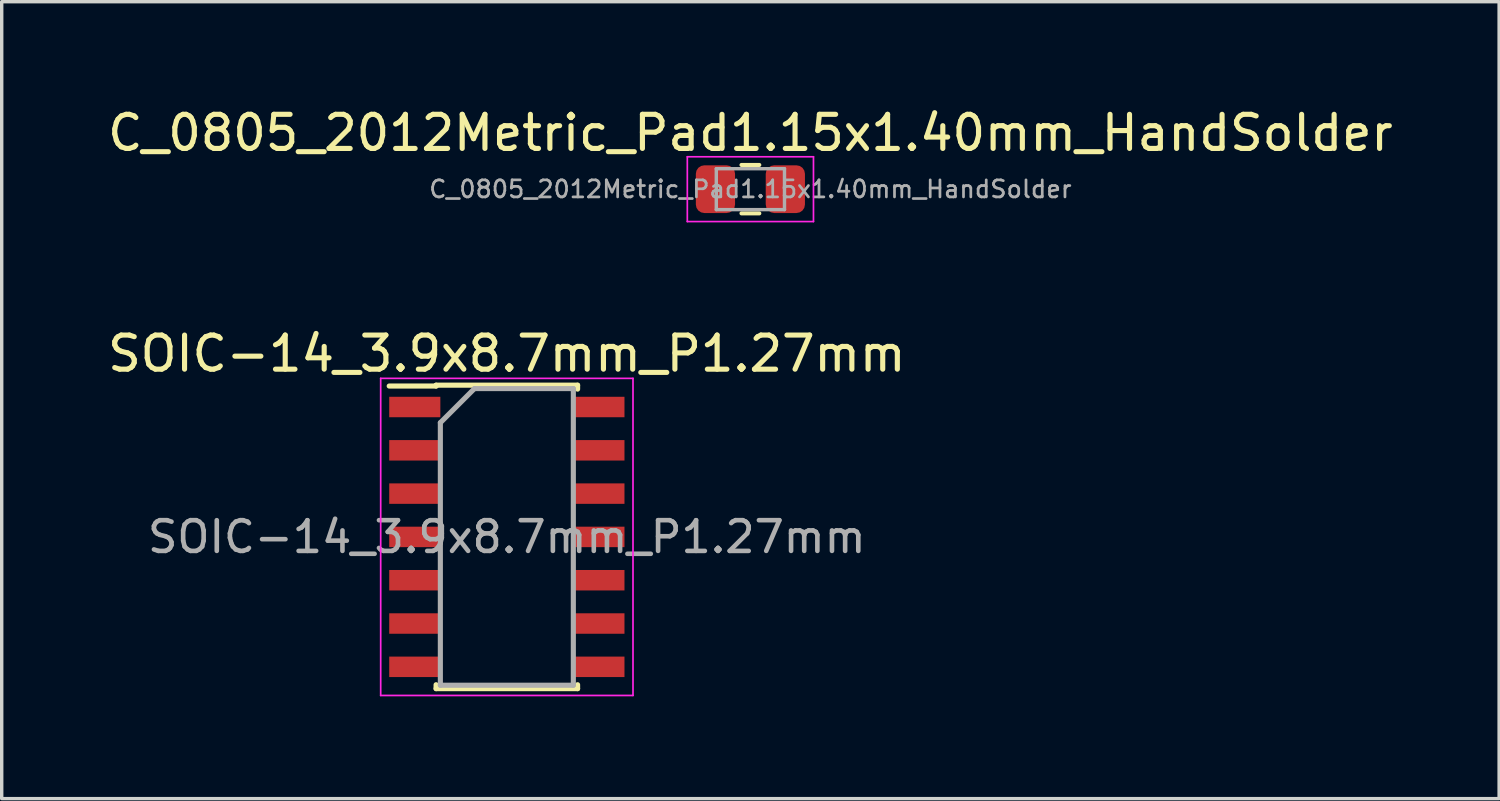
<source format=kicad_pcb>
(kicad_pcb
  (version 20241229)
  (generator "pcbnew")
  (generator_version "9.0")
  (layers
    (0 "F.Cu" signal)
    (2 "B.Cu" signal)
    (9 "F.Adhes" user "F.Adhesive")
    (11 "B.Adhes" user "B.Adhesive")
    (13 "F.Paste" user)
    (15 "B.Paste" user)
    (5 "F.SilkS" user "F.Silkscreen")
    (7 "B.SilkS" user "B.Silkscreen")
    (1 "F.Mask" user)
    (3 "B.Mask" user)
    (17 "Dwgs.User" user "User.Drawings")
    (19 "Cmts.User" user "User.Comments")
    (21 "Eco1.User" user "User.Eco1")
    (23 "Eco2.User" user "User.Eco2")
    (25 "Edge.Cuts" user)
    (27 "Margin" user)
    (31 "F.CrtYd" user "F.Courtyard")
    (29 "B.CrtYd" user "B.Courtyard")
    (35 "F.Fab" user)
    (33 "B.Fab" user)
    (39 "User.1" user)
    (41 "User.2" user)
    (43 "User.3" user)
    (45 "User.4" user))
  (footprint "C_0805_2012Metric_Pad1.15x1.40mm_HandSolder"
    (layer "F.Cu")
    (at 18.958 2.498)
    (property "Reference" "C_0805_2012Metric_Pad1.15x1.40mm_HandSolder" (at 0 -1.65 0) (layer "F.SilkS") (effects (font (size 1 1) (thickness 0.15))))
    (attr smd)
    (fp_line (start -0.261 -0.71) (end 0.261 -0.71) (stroke (width 0.12) (type solid)) (layer "F.SilkS"))
    (fp_line (start -0.261 0.71) (end 0.261 0.71) (stroke (width 0.12) (type solid)) (layer "F.SilkS"))
    (fp_line (start -1.85 -0.95) (end 1.85 -0.95) (stroke (width 0.05) (type solid)) (layer "F.CrtYd"))
    (fp_line (start -1.85 0.95) (end -1.85 -0.95) (stroke (width 0.05) (type solid)) (layer "F.CrtYd"))
    (fp_line (start 1.85 -0.95) (end 1.85 0.95) (stroke (width 0.05) (type solid)) (layer "F.CrtYd"))
    (fp_line (start 1.85 0.95) (end -1.85 0.95) (stroke (width 0.05) (type solid)) (layer "F.CrtYd"))
    (fp_line (start -1 -0.6) (end 1 -0.6) (stroke (width 0.1) (type solid)) (layer "F.Fab"))
    (fp_line (start -1 0.6) (end -1 -0.6) (stroke (width 0.1) (type solid)) (layer "F.Fab"))
    (fp_line (start 1 -0.6) (end 1 0.6) (stroke (width 0.1) (type solid)) (layer "F.Fab"))
    (fp_line (start 1 0.6) (end -1 0.6) (stroke (width 0.1) (type solid)) (layer "F.Fab"))
    (fp_text user "${REFERENCE}" (at 0 0 0) (layer "F.Fab") (effects (font (size 0.5 0.5) (thickness 0.08))))
    (pad "1" smd roundrect (at -1.025 0) (size 1.15 1.4) (layers "F.Cu" "F.Mask" "F.Paste") (roundrect_rratio 0.217))
    (pad "2" smd roundrect (at 1.025 0) (size 1.15 1.4) (layers "F.Cu" "F.Mask" "F.Paste") (roundrect_rratio 0.217)))
  (footprint "SOIC-14_3.9x8.7mm_P1.27mm"
    (layer "F.Cu")
    (at 11.815 12.697)
    (property "Reference" "SOIC-14_3.9x8.7mm_P1.27mm" (at 0 -5.375 0) (layer "F.SilkS") (effects (font (size 1 1) (thickness 0.15))))
    (attr smd)
    (fp_line (start -2.075 -4.45) (end -2.075 -4.425) (stroke (width 0.15) (type solid)) (layer "F.SilkS"))
    (fp_line (start -2.075 -4.45) (end 2.075 -4.45) (stroke (width 0.15) (type solid)) (layer "F.SilkS"))
    (fp_line (start -2.075 -4.425) (end -3.45 -4.425) (stroke (width 0.15) (type solid)) (layer "F.SilkS"))
    (fp_line (start -2.075 4.45) (end -2.075 4.335) (stroke (width 0.15) (type solid)) (layer "F.SilkS"))
    (fp_line (start -2.075 4.45) (end 2.075 4.45) (stroke (width 0.15) (type solid)) (layer "F.SilkS"))
    (fp_line (start 2.075 -4.45) (end 2.075 -4.335) (stroke (width 0.15) (type solid)) (layer "F.SilkS"))
    (fp_line (start 2.075 4.45) (end 2.075 4.335) (stroke (width 0.15) (type solid)) (layer "F.SilkS"))
    (fp_line (start -3.7 -4.65) (end -3.7 4.65) (stroke (width 0.05) (type solid)) (layer "F.CrtYd"))
    (fp_line (start -3.7 -4.65) (end 3.7 -4.65) (stroke (width 0.05) (type solid)) (layer "F.CrtYd"))
    (fp_line (start -3.7 4.65) (end 3.7 4.65) (stroke (width 0.05) (type solid)) (layer "F.CrtYd"))
    (fp_line (start 3.7 -4.65) (end 3.7 4.65) (stroke (width 0.05) (type solid)) (layer "F.CrtYd"))
    (fp_line (start -1.95 -3.35) (end -0.95 -4.35) (stroke (width 0.15) (type solid)) (layer "F.Fab"))
    (fp_line (start -1.95 4.35) (end -1.95 -3.35) (stroke (width 0.15) (type solid)) (layer "F.Fab"))
    (fp_line (start -0.95 -4.35) (end 1.95 -4.35) (stroke (width 0.15) (type solid)) (layer "F.Fab"))
    (fp_line (start 1.95 -4.35) (end 1.95 4.35) (stroke (width 0.15) (type solid)) (layer "F.Fab"))
    (fp_line (start 1.95 4.35) (end -1.95 4.35) (stroke (width 0.15) (type solid)) (layer "F.Fab"))
    (fp_text user "${REFERENCE}" (at 0 0 0) (layer "F.Fab") (effects (font (size 0.9 0.9) (thickness 0.135))))
    (pad "1" smd rect (at -2.7 -3.81) (size 1.5 0.6) (layers "F.Cu" "F.Mask" "F.Paste"))
    (pad "2" smd rect (at -2.7 -2.54) (size 1.5 0.6) (layers "F.Cu" "F.Mask" "F.Paste"))
    (pad "3" smd rect (at -2.7 -1.27) (size 1.5 0.6) (layers "F.Cu" "F.Mask" "F.Paste"))
    (pad "4" smd rect (at -2.7 0) (size 1.5 0.6) (layers "F.Cu" "F.Mask" "F.Paste"))
    (pad "5" smd rect (at -2.7 1.27) (size 1.5 0.6) (layers "F.Cu" "F.Mask" "F.Paste"))
    (pad "6" smd rect (at -2.7 2.54) (size 1.5 0.6) (layers "F.Cu" "F.Mask" "F.Paste"))
    (pad "7" smd rect (at -2.7 3.81) (size 1.5 0.6) (layers "F.Cu" "F.Mask" "F.Paste"))
    (pad "8" smd rect (at 2.7 3.81) (size 1.5 0.6) (layers "F.Cu" "F.Mask" "F.Paste"))
    (pad "9" smd rect (at 2.7 2.54) (size 1.5 0.6) (layers "F.Cu" "F.Mask" "F.Paste"))
    (pad "10" smd rect (at 2.7 1.27) (size 1.5 0.6) (layers "F.Cu" "F.Mask" "F.Paste"))
    (pad "11" smd rect (at 2.7 0) (size 1.5 0.6) (layers "F.Cu" "F.Mask" "F.Paste"))
    (pad "12" smd rect (at 2.7 -1.27) (size 1.5 0.6) (layers "F.Cu" "F.Mask" "F.Paste"))
    (pad "13" smd rect (at 2.7 -2.54) (size 1.5 0.6) (layers "F.Cu" "F.Mask" "F.Paste"))
    (pad "14" smd rect (at 2.7 -3.81) (size 1.5 0.6) (layers "F.Cu" "F.Mask" "F.Paste")))
  (gr_rect
    (start -3 -3)
    (end 40.917 20.372)
    (stroke (width 0.1) (type default))
    (fill no)
    (layer "Edge.Cuts")))
</source>
